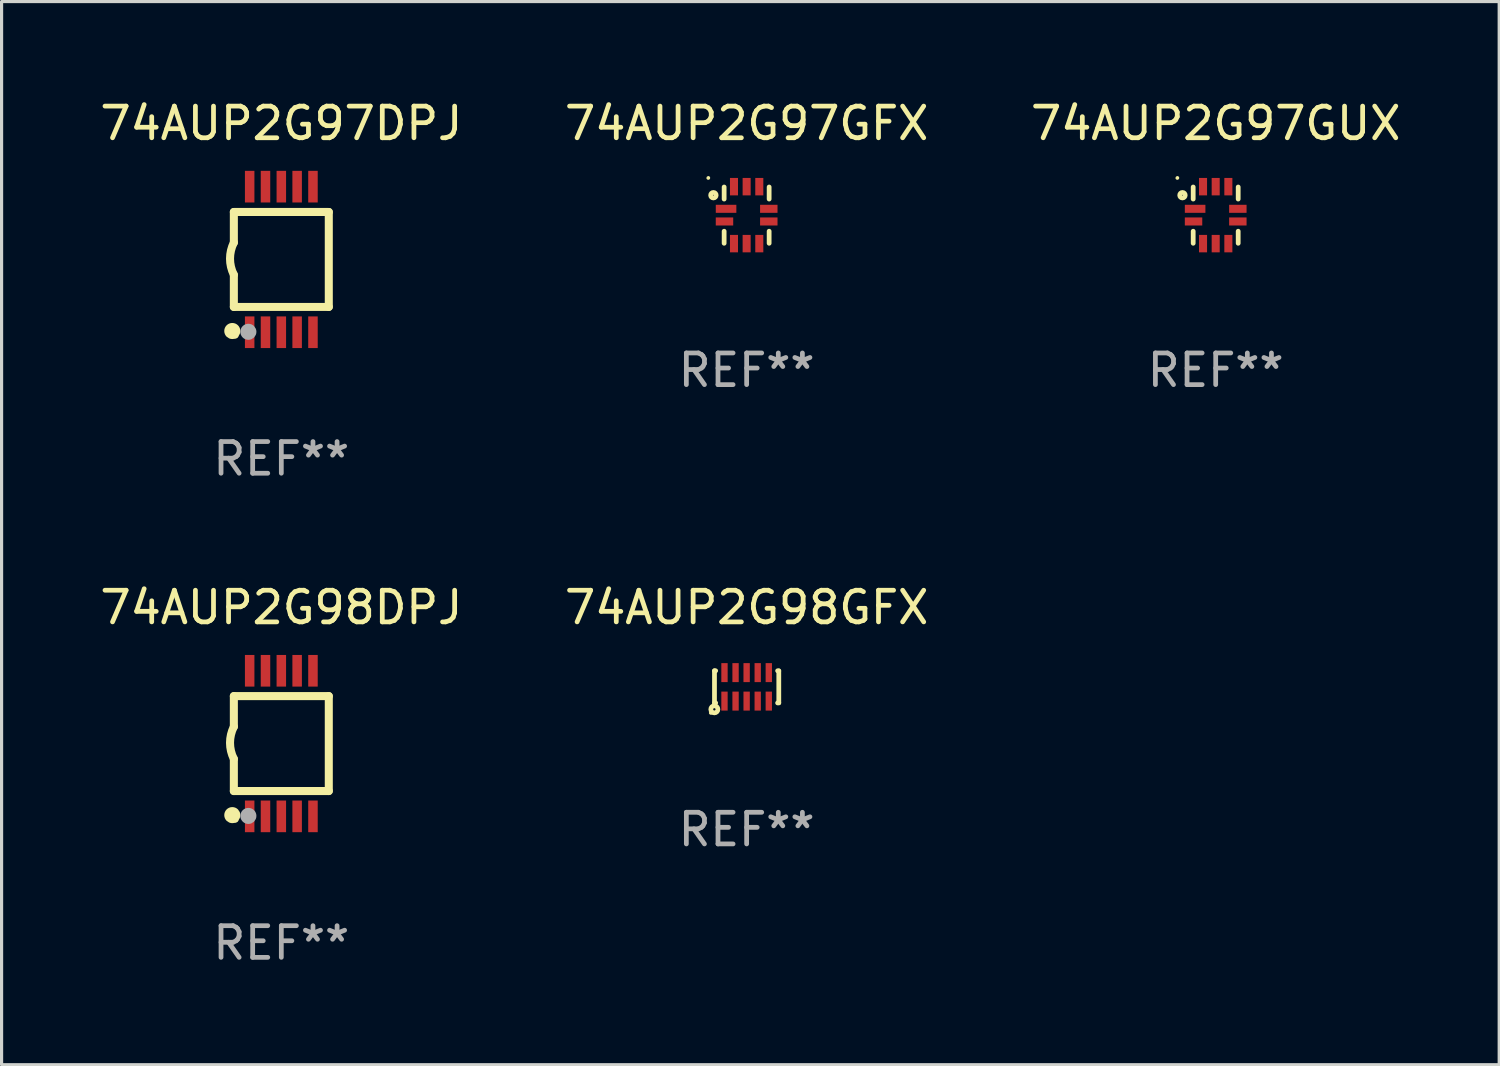
<source format=kicad_pcb>
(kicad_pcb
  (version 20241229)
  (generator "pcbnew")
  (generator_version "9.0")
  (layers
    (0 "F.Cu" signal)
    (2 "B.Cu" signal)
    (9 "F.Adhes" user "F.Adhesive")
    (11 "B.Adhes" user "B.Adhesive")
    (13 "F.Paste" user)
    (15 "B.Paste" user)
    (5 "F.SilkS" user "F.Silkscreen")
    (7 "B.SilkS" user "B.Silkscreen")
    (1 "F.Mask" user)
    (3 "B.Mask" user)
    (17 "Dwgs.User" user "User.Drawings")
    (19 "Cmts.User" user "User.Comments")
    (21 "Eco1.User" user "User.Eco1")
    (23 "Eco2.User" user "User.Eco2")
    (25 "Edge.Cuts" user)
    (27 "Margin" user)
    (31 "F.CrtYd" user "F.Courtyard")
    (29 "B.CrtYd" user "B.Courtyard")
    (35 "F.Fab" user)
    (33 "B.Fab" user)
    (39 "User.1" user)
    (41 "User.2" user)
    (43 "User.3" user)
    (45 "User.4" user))
  (footprint "74AUP2G98DPJ"
    (layer "F.Cu")
    (at 5.839 20.445)
    (property "Reference" "74AUP2G98DPJ" (at 0 -4.3 0) (layer "F.SilkS") (effects (font (size 1 1) (thickness 0.15))))
    (attr through_hole)
    (fp_line (start -1.5 -1.5) (end -1.5 -0.533) (stroke (width 0.254) (type solid)) (layer "F.SilkS"))
    (fp_line (start -1.5 -1.5) (end 1.5 -1.5) (stroke (width 0.254) (type solid)) (layer "F.SilkS"))
    (fp_line (start -1.5 1.5) (end -1.5 0.483) (stroke (width 0.254) (type solid)) (layer "F.SilkS"))
    (fp_line (start -1.5 1.5) (end 1.5 1.5) (stroke (width 0.254) (type solid)) (layer "F.SilkS"))
    (fp_line (start 1.5 1.5) (end 1.5 -1.5) (stroke (width 0.254) (type solid)) (layer "F.SilkS"))
    (fp_arc (start -1.501015 0.483109) (mid -1.620651 -0.025266) (end -1.5 -0.533401) (stroke (width 0.254001) (type solid)) (layer "F.SilkS"))
    (fp_circle (center -1.549 2.261) (end -1.422 2.261) (stroke (width 0.254) (type solid)) (fill no) (layer "F.SilkS"))
    (fp_circle (center -1.45 2.4) (end -1.4 2.4) (stroke (width 0.1) (type solid)) (fill no) (layer "F.SilkS"))
    (fp_circle (center -1.041 2.286) (end -0.914 2.286) (stroke (width 0.254) (type solid)) (fill no) (layer "F.Fab"))
    (fp_text user "REF**" (at 0 6.3 0) (layer "F.Fab") (effects (font (size 1 1) (thickness 0.15))))
    (pad "1" smd rect (at -1 2.3 90) (size 1 0.3) (layers "F.Cu" "F.Mask" "F.Paste"))
    (pad "2" smd rect (at -0.5 2.3 90) (size 1 0.3) (layers "F.Cu" "F.Mask" "F.Paste"))
    (pad "3" smd rect (at 0.000127 2.3 90) (size 1 0.3) (layers "F.Cu" "F.Mask" "F.Paste"))
    (pad "4" smd rect (at 0.5 2.3 90) (size 1 0.3) (layers "F.Cu" "F.Mask" "F.Paste"))
    (pad "5" smd rect (at 1 2.3 90) (size 1 0.3) (layers "F.Cu" "F.Mask" "F.Paste"))
    (pad "6" smd rect (at 1 -2.3 270) (size 1 0.3) (layers "F.Cu" "F.Mask" "F.Paste"))
    (pad "7" smd rect (at 0.5 -2.3 90) (size 1 0.3) (layers "F.Cu" "F.Mask" "F.Paste"))
    (pad "8" smd rect (at 0.000127 -2.3 90) (size 1 0.3) (layers "F.Cu" "F.Mask" "F.Paste"))
    (pad "9" smd rect (at -0.5 -2.3 90) (size 1 0.3) (layers "F.Cu" "F.Mask" "F.Paste"))
    (pad "10" smd rect (at -1 -2.3 90) (size 1 0.3) (layers "F.Cu" "F.Mask" "F.Paste")))
  (footprint "74AUP2G97GUX"
    (layer "F.Cu")
    (at 35.363 3.748)
    (property "Reference" "74AUP2G97GUX" (at 0 -2.9 0) (layer "F.SilkS") (effects (font (size 1 1) (thickness 0.15))))
    (attr through_hole)
    (fp_line (start -0.711 -0.889) (end -0.711 -0.508) (stroke (width 0.15) (type solid)) (layer "F.SilkS"))
    (fp_line (start -0.711 0.508) (end -0.711 0.889) (stroke (width 0.15) (type solid)) (layer "F.SilkS"))
    (fp_line (start 0.711 -0.889) (end 0.711 -0.508) (stroke (width 0.15) (type solid)) (layer "F.SilkS"))
    (fp_line (start 0.711 0.508) (end 0.711 0.889) (stroke (width 0.15) (type solid)) (layer "F.SilkS"))
    (fp_circle (center -1.212 -1.176) (end -1.182 -1.176) (stroke (width 0.06) (type solid)) (fill no) (layer "F.SilkS"))
    (fp_circle (center -1.05 -0.63) (end -0.963 -0.63) (stroke (width 0.15) (type solid)) (fill no) (layer "F.SilkS"))
    (fp_text user "REF**" (at 0 4.9 0) (layer "F.Fab") (effects (font (size 1 1) (thickness 0.15))))
    (pad "1" smd rect (at -0.65 -0.2 90) (size 0.254 0.65) (layers "F.Cu" "F.Mask" "F.Paste"))
    (pad "2" smd rect (at -0.7 0.2 90) (size 0.254 0.551) (layers "F.Cu" "F.Mask" "F.Paste"))
    (pad "3" smd rect (at -0.4 0.9) (size 0.254 0.551) (layers "F.Cu" "F.Mask" "F.Paste"))
    (pad "4" smd rect (at 0 0.9) (size 0.254 0.551) (layers "F.Cu" "F.Mask" "F.Paste"))
    (pad "5" smd rect (at 0.4 0.9) (size 0.254 0.551) (layers "F.Cu" "F.Mask" "F.Paste"))
    (pad "6" smd rect (at 0.7 0.2 90) (size 0.254 0.551) (layers "F.Cu" "F.Mask" "F.Paste"))
    (pad "7" smd rect (at 0.7 -0.2 90) (size 0.254 0.551) (layers "F.Cu" "F.Mask" "F.Paste"))
    (pad "8" smd rect (at 0.4 -0.9) (size 0.254 0.551) (layers "F.Cu" "F.Mask" "F.Paste"))
    (pad "9" smd rect (at 0 -0.9) (size 0.254 0.551) (layers "F.Cu" "F.Mask" "F.Paste"))
    (pad "10" smd rect (at -0.4 -0.9) (size 0.254 0.551) (layers "F.Cu" "F.Mask" "F.Paste")))
  (footprint "74AUP2G97DPJ"
    (layer "F.Cu")
    (at 5.839 5.148)
    (property "Reference" "74AUP2G97DPJ" (at 0 -4.3 0) (layer "F.SilkS") (effects (font (size 1 1) (thickness 0.15))))
    (attr through_hole)
    (fp_line (start -1.5 -1.5) (end -1.5 -0.533) (stroke (width 0.254) (type solid)) (layer "F.SilkS"))
    (fp_line (start -1.5 -1.5) (end 1.5 -1.5) (stroke (width 0.254) (type solid)) (layer "F.SilkS"))
    (fp_line (start -1.5 1.5) (end -1.5 0.483) (stroke (width 0.254) (type solid)) (layer "F.SilkS"))
    (fp_line (start -1.5 1.5) (end 1.5 1.5) (stroke (width 0.254) (type solid)) (layer "F.SilkS"))
    (fp_line (start 1.5 1.5) (end 1.5 -1.5) (stroke (width 0.254) (type solid)) (layer "F.SilkS"))
    (fp_arc (start -1.501015 0.483109) (mid -1.620651 -0.025266) (end -1.5 -0.533401) (stroke (width 0.254001) (type solid)) (layer "F.SilkS"))
    (fp_circle (center -1.549 2.261) (end -1.422 2.261) (stroke (width 0.254) (type solid)) (fill no) (layer "F.SilkS"))
    (fp_circle (center -1.45 2.4) (end -1.4 2.4) (stroke (width 0.1) (type solid)) (fill no) (layer "F.SilkS"))
    (fp_circle (center -1.041 2.286) (end -0.914 2.286) (stroke (width 0.254) (type solid)) (fill no) (layer "F.Fab"))
    (fp_text user "REF**" (at 0 6.3 0) (layer "F.Fab") (effects (font (size 1 1) (thickness 0.15))))
    (pad "1" smd rect (at -1 2.3 90) (size 1 0.3) (layers "F.Cu" "F.Mask" "F.Paste"))
    (pad "2" smd rect (at -0.5 2.3 90) (size 1 0.3) (layers "F.Cu" "F.Mask" "F.Paste"))
    (pad "3" smd rect (at 0.000127 2.3 90) (size 1 0.3) (layers "F.Cu" "F.Mask" "F.Paste"))
    (pad "4" smd rect (at 0.5 2.3 90) (size 1 0.3) (layers "F.Cu" "F.Mask" "F.Paste"))
    (pad "5" smd rect (at 1 2.3 90) (size 1 0.3) (layers "F.Cu" "F.Mask" "F.Paste"))
    (pad "6" smd rect (at 1 -2.3 270) (size 1 0.3) (layers "F.Cu" "F.Mask" "F.Paste"))
    (pad "7" smd rect (at 0.5 -2.3 90) (size 1 0.3) (layers "F.Cu" "F.Mask" "F.Paste"))
    (pad "8" smd rect (at 0.000127 -2.3 90) (size 1 0.3) (layers "F.Cu" "F.Mask" "F.Paste"))
    (pad "9" smd rect (at -0.5 -2.3 90) (size 1 0.3) (layers "F.Cu" "F.Mask" "F.Paste"))
    (pad "10" smd rect (at -1 -2.3 90) (size 1 0.3) (layers "F.Cu" "F.Mask" "F.Paste")))
  (footprint "74AUP2G98GFX"
    (layer "F.Cu")
    (at 20.542 18.653)
    (property "Reference" "74AUP2G98GFX" (at 0 -2.508 0) (layer "F.SilkS") (effects (font (size 1 1) (thickness 0.15))))
    (attr through_hole)
    (fp_line (start -1.016 -0.508) (end -1.016 0.508) (stroke (width 0.15) (type solid)) (layer "F.SilkS"))
    (fp_line (start -1.016 -0.508) (end -0.979 -0.508) (stroke (width 0.15) (type solid)) (layer "F.SilkS"))
    (fp_line (start -1.016 0.508) (end -0.979 0.508) (stroke (width 0.15) (type solid)) (layer "F.SilkS"))
    (fp_line (start 0.979 -0.508) (end 1.016 -0.508) (stroke (width 0.15) (type solid)) (layer "F.SilkS"))
    (fp_line (start 0.979 0.508) (end 1.016 0.508) (stroke (width 0.15) (type solid)) (layer "F.SilkS"))
    (fp_line (start 1.016 -0.5) (end 1.016 0.5) (stroke (width 0.15) (type solid)) (layer "F.SilkS"))
    (fp_circle (center -1.132 0.822) (end -1.102 0.822) (stroke (width 0.06) (type solid)) (fill no) (layer "F.SilkS"))
    (fp_circle (center -1.02 0.71) (end -0.983 0.71) (stroke (width 0.15) (type solid)) (fill no) (layer "F.SilkS"))
    (fp_text user "REF**" (at 0 4.508 0) (layer "F.Fab") (effects (font (size 1 1) (thickness 0.15))))
    (pad "1" smd rect (at -0.7 0.45) (size 0.2 0.6) (layers "F.Cu" "F.Mask" "F.Paste"))
    (pad "2" smd rect (at -0.35 0.45) (size 0.2 0.6) (layers "F.Cu" "F.Mask" "F.Paste"))
    (pad "3" smd rect (at 0.000025 0.45) (size 0.2 0.6) (layers "F.Cu" "F.Mask" "F.Paste"))
    (pad "4" smd rect (at 0.35 0.45) (size 0.2 0.6) (layers "F.Cu" "F.Mask" "F.Paste"))
    (pad "5" smd rect (at 0.7 0.45) (size 0.2 0.6) (layers "F.Cu" "F.Mask" "F.Paste"))
    (pad "6" smd rect (at 0.7 -0.45) (size 0.2 0.6) (layers "F.Cu" "F.Mask" "F.Paste"))
    (pad "7" smd rect (at 0.35 -0.45) (size 0.2 0.6) (layers "F.Cu" "F.Mask" "F.Paste"))
    (pad "8" smd rect (at 0.000025 -0.45) (size 0.2 0.6) (layers "F.Cu" "F.Mask" "F.Paste"))
    (pad "9" smd rect (at -0.35 -0.45) (size 0.2 0.6) (layers "F.Cu" "F.Mask" "F.Paste"))
    (pad "10" smd rect (at -0.7 -0.45) (size 0.2 0.6) (layers "F.Cu" "F.Mask" "F.Paste")))
  (footprint "74AUP2G97GFX"
    (layer "F.Cu")
    (at 20.542 3.748)
    (property "Reference" "74AUP2G97GFX" (at 0 -2.9 0) (layer "F.SilkS") (effects (font (size 1 1) (thickness 0.15))))
    (attr through_hole)
    (fp_line (start -0.711 -0.889) (end -0.711 -0.508) (stroke (width 0.15) (type solid)) (layer "F.SilkS"))
    (fp_line (start -0.711 0.508) (end -0.711 0.889) (stroke (width 0.15) (type solid)) (layer "F.SilkS"))
    (fp_line (start 0.711 -0.889) (end 0.711 -0.508) (stroke (width 0.15) (type solid)) (layer "F.SilkS"))
    (fp_line (start 0.711 0.508) (end 0.711 0.889) (stroke (width 0.15) (type solid)) (layer "F.SilkS"))
    (fp_circle (center -1.212 -1.176) (end -1.182 -1.176) (stroke (width 0.06) (type solid)) (fill no) (layer "F.SilkS"))
    (fp_circle (center -1.05 -0.63) (end -0.963 -0.63) (stroke (width 0.15) (type solid)) (fill no) (layer "F.SilkS"))
    (fp_text user "REF**" (at 0 4.9 0) (layer "F.Fab") (effects (font (size 1 1) (thickness 0.15))))
    (pad "1" smd rect (at -0.65 -0.2 90) (size 0.254 0.65) (layers "F.Cu" "F.Mask" "F.Paste"))
    (pad "2" smd rect (at -0.7 0.2 90) (size 0.254 0.551) (layers "F.Cu" "F.Mask" "F.Paste"))
    (pad "3" smd rect (at -0.4 0.9) (size 0.254 0.551) (layers "F.Cu" "F.Mask" "F.Paste"))
    (pad "4" smd rect (at 0 0.9) (size 0.254 0.551) (layers "F.Cu" "F.Mask" "F.Paste"))
    (pad "5" smd rect (at 0.4 0.9) (size 0.254 0.551) (layers "F.Cu" "F.Mask" "F.Paste"))
    (pad "6" smd rect (at 0.7 0.2 90) (size 0.254 0.551) (layers "F.Cu" "F.Mask" "F.Paste"))
    (pad "7" smd rect (at 0.7 -0.2 90) (size 0.254 0.551) (layers "F.Cu" "F.Mask" "F.Paste"))
    (pad "8" smd rect (at 0.4 -0.9) (size 0.254 0.551) (layers "F.Cu" "F.Mask" "F.Paste"))
    (pad "9" smd rect (at 0 -0.9) (size 0.254 0.551) (layers "F.Cu" "F.Mask" "F.Paste"))
    (pad "10" smd rect (at -0.4 -0.9) (size 0.254 0.551) (layers "F.Cu" "F.Mask" "F.Paste")))
  (gr_rect
    (start -3 -3)
    (end 44.321 30.593)
    (stroke (width 0.1) (type default))
    (fill no)
    (layer "Edge.Cuts")))
</source>
